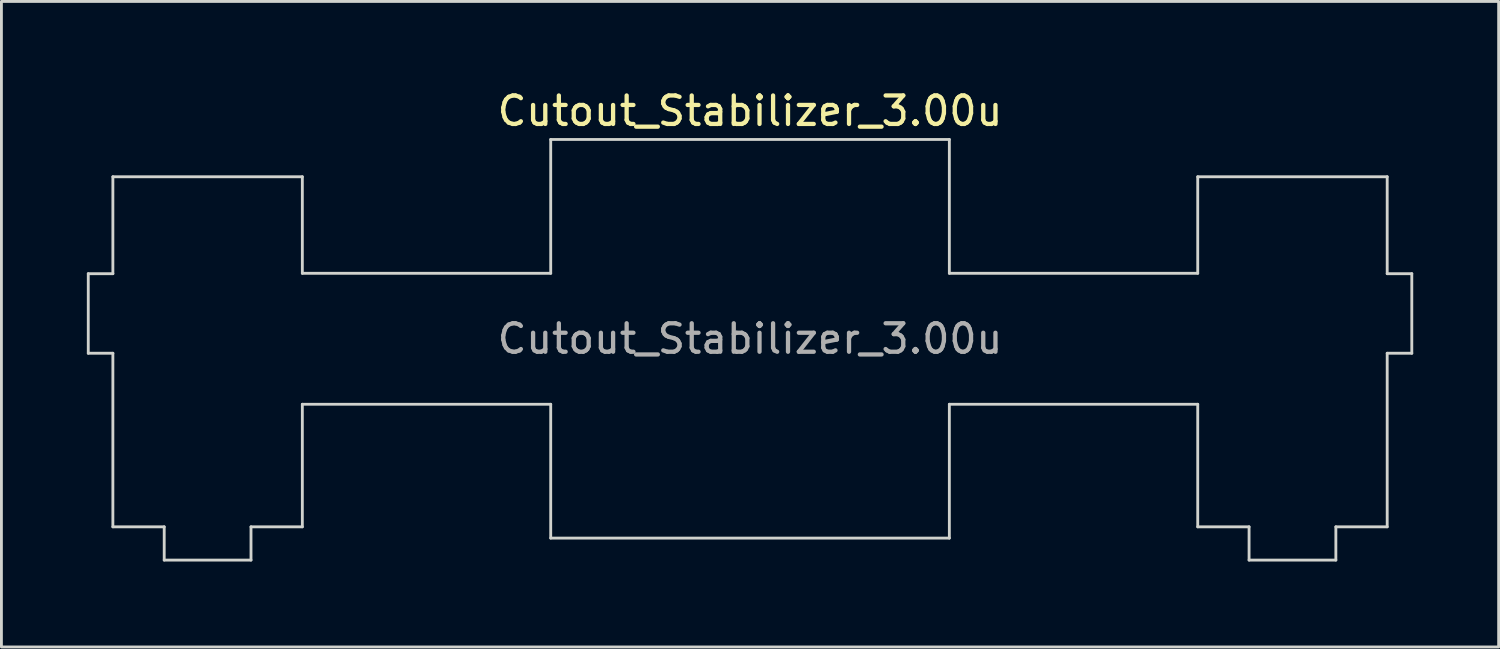
<source format=kicad_pcb>
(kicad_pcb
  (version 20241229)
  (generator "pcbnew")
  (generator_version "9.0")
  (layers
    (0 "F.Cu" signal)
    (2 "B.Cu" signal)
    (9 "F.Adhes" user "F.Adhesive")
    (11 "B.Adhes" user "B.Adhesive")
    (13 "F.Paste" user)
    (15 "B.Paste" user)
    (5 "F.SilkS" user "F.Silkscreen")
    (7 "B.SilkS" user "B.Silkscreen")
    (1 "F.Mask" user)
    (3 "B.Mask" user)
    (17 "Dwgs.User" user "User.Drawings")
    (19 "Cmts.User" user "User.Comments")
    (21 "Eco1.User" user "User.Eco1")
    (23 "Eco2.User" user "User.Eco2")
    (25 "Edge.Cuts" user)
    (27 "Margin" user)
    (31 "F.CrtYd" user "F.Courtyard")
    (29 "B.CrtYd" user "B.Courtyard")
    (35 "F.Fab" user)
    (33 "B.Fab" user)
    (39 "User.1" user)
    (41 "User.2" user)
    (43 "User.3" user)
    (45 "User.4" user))
  (footprint "Cutout_Stabilizer_3.00u"
    (layer "F.Cu")
    (at 23.291 8.848)
    (property "Reference" "Cutout_Stabilizer_3.00u" (at 0 -8 0) (layer "F.SilkS") (effects (font (size 1 1) (thickness 0.15))))
    (attr through_hole)
    (fp_line (start -23.241 -2.286) (end -22.377 -2.286) (stroke (width 0.1) (type solid)) (layer "Edge.Cuts"))
    (fp_line (start -23.241 0.508) (end -23.241 -2.286) (stroke (width 0.1) (type solid)) (layer "Edge.Cuts"))
    (fp_line (start -22.377 -5.69) (end -15.723 -5.69) (stroke (width 0.1) (type solid)) (layer "Edge.Cuts"))
    (fp_line (start -22.377 -2.286) (end -22.377 -5.69) (stroke (width 0.1) (type solid)) (layer "Edge.Cuts"))
    (fp_line (start -22.377 0.508) (end -23.241 0.508) (stroke (width 0.1) (type solid)) (layer "Edge.Cuts"))
    (fp_line (start -22.377 6.604) (end -22.377 0.508) (stroke (width 0.1) (type solid)) (layer "Edge.Cuts"))
    (fp_line (start -20.574 6.604) (end -22.377 6.604) (stroke (width 0.1) (type solid)) (layer "Edge.Cuts"))
    (fp_line (start -20.574 7.772) (end -20.574 6.604) (stroke (width 0.1) (type solid)) (layer "Edge.Cuts"))
    (fp_line (start -17.526 6.604) (end -17.526 7.772) (stroke (width 0.1) (type solid)) (layer "Edge.Cuts"))
    (fp_line (start -17.526 7.772) (end -20.574 7.772) (stroke (width 0.1) (type solid)) (layer "Edge.Cuts"))
    (fp_line (start -15.723 -5.69) (end -15.723 -2.3) (stroke (width 0.1) (type solid)) (layer "Edge.Cuts"))
    (fp_line (start -15.723 -2.3) (end -7 -2.3) (stroke (width 0.1) (type solid)) (layer "Edge.Cuts"))
    (fp_line (start -15.723 2.3) (end -15.723 6.604) (stroke (width 0.1) (type solid)) (layer "Edge.Cuts"))
    (fp_line (start -15.723 6.604) (end -17.526 6.604) (stroke (width 0.1) (type solid)) (layer "Edge.Cuts"))
    (fp_line (start -7 -7) (end -7 -2.3) (stroke (width 0.1) (type solid)) (layer "Edge.Cuts"))
    (fp_line (start -7 -7) (end 7 -7) (stroke (width 0.1) (type solid)) (layer "Edge.Cuts"))
    (fp_line (start -7 2.3) (end -15.723 2.3) (stroke (width 0.1) (type solid)) (layer "Edge.Cuts"))
    (fp_line (start -7 2.3) (end -7 7) (stroke (width 0.1) (type solid)) (layer "Edge.Cuts"))
    (fp_line (start -7 7) (end 7 7) (stroke (width 0.1) (type solid)) (layer "Edge.Cuts"))
    (fp_line (start 7 -7) (end 7 -2.3) (stroke (width 0.1) (type solid)) (layer "Edge.Cuts"))
    (fp_line (start 7 2.3) (end 7 7) (stroke (width 0.1) (type solid)) (layer "Edge.Cuts"))
    (fp_line (start 7 2.3) (end 15.723 2.3) (stroke (width 0.1) (type solid)) (layer "Edge.Cuts"))
    (fp_line (start 15.723 -5.69) (end 15.723 -2.3) (stroke (width 0.1) (type solid)) (layer "Edge.Cuts"))
    (fp_line (start 15.723 -2.3) (end 7 -2.3) (stroke (width 0.1) (type solid)) (layer "Edge.Cuts"))
    (fp_line (start 15.723 2.3) (end 15.723 6.604) (stroke (width 0.1) (type solid)) (layer "Edge.Cuts"))
    (fp_line (start 15.723 6.604) (end 17.526 6.604) (stroke (width 0.1) (type solid)) (layer "Edge.Cuts"))
    (fp_line (start 17.526 6.604) (end 17.526 7.772) (stroke (width 0.1) (type solid)) (layer "Edge.Cuts"))
    (fp_line (start 17.526 7.772) (end 20.574 7.772) (stroke (width 0.1) (type solid)) (layer "Edge.Cuts"))
    (fp_line (start 20.574 6.604) (end 22.377 6.604) (stroke (width 0.1) (type solid)) (layer "Edge.Cuts"))
    (fp_line (start 20.574 7.772) (end 20.574 6.604) (stroke (width 0.1) (type solid)) (layer "Edge.Cuts"))
    (fp_line (start 22.377 -5.69) (end 15.723 -5.69) (stroke (width 0.1) (type solid)) (layer "Edge.Cuts"))
    (fp_line (start 22.377 -2.286) (end 22.377 -5.69) (stroke (width 0.1) (type solid)) (layer "Edge.Cuts"))
    (fp_line (start 22.377 0.508) (end 23.241 0.508) (stroke (width 0.1) (type solid)) (layer "Edge.Cuts"))
    (fp_line (start 22.377 6.604) (end 22.377 0.508) (stroke (width 0.1) (type solid)) (layer "Edge.Cuts"))
    (fp_line (start 23.241 -2.286) (end 22.377 -2.286) (stroke (width 0.1) (type solid)) (layer "Edge.Cuts"))
    (fp_line (start 23.241 0.508) (end 23.241 -2.286) (stroke (width 0.1) (type solid)) (layer "Edge.Cuts"))
    (fp_text user "${REFERENCE}" (at 0 0 0) (layer "F.Fab") (effects (font (size 1 1) (thickness 0.15)))))
  (gr_rect
    (start -3 -3)
    (end 49.582 19.671)
    (stroke (width 0.1) (type default))
    (fill no)
    (layer "Edge.Cuts")))
</source>
